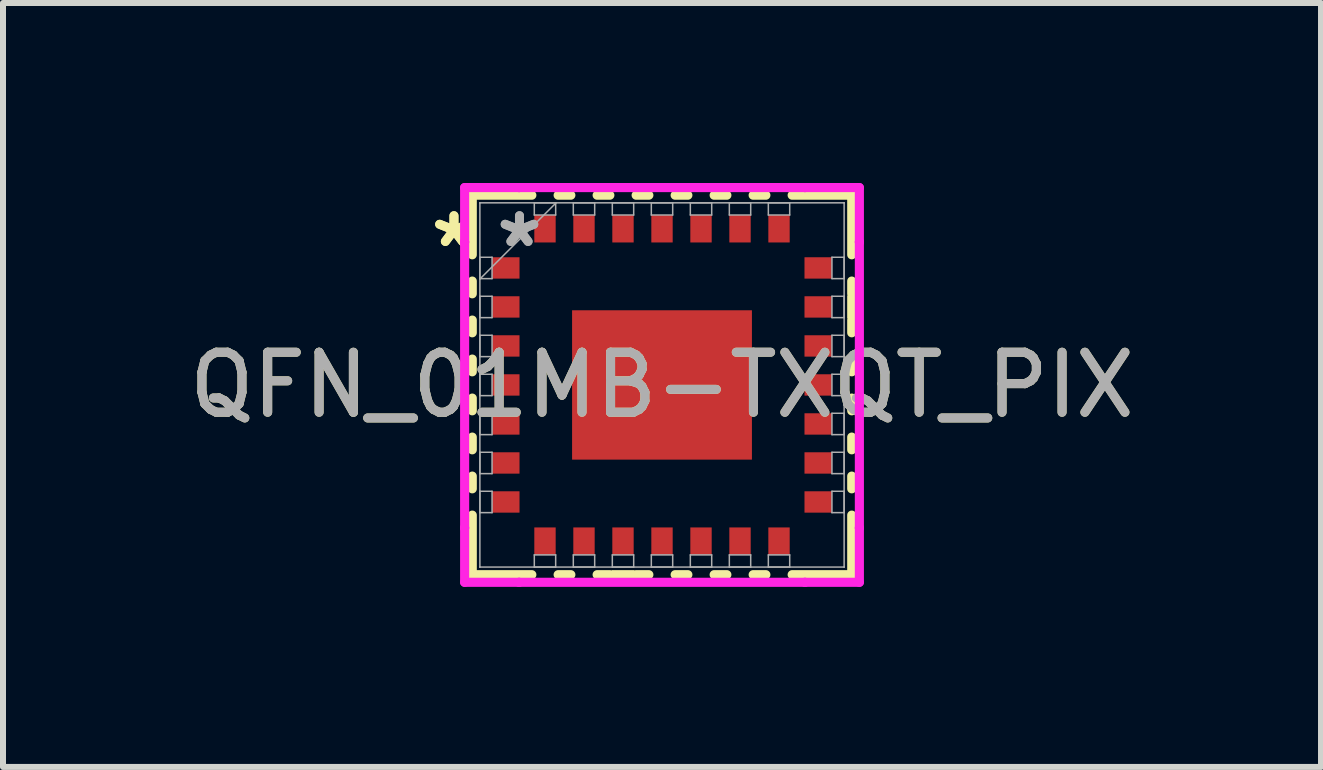
<source format=kicad_pcb>
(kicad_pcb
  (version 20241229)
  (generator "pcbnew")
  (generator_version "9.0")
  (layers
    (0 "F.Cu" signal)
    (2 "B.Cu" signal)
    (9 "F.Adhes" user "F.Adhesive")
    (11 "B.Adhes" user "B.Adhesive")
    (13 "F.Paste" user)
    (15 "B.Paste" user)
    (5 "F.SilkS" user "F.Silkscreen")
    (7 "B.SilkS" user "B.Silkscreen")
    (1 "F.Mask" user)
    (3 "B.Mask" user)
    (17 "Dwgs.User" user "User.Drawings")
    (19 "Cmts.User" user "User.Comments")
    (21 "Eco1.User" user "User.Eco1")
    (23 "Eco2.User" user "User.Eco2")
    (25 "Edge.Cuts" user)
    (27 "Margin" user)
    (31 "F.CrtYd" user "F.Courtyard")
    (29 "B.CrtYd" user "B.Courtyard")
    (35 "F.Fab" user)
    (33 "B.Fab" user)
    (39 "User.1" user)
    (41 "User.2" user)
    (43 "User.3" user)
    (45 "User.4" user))
  (footprint "QFN_01MB-TXQT_PIX"
    (layer "F.Cu")
    (at 7.982 3.365)
    (property "Reference" "QFN_01MB-TXQT_PIX" (at 0 0 0) (unlocked yes) (layer "F.SilkS") (effects (font (size 1 1) (thickness 0.15))))
    (attr smd)
    (fp_line (start -3.162 -3.162) (end -3.162 -2.169) (stroke (width 0.152) (type solid)) (layer "F.SilkS"))
    (fp_line (start -3.162 -1.731) (end -3.162 -1.519) (stroke (width 0.152) (type solid)) (layer "F.SilkS"))
    (fp_line (start -3.162 -1.081) (end -3.162 -0.869) (stroke (width 0.152) (type solid)) (layer "F.SilkS"))
    (fp_line (start -3.162 -0.431) (end -3.162 -0.219) (stroke (width 0.152) (type solid)) (layer "F.SilkS"))
    (fp_line (start -3.162 0.219) (end -3.162 0.431) (stroke (width 0.152) (type solid)) (layer "F.SilkS"))
    (fp_line (start -3.162 0.869) (end -3.162 1.081) (stroke (width 0.152) (type solid)) (layer "F.SilkS"))
    (fp_line (start -3.162 1.519) (end -3.162 1.731) (stroke (width 0.152) (type solid)) (layer "F.SilkS"))
    (fp_line (start -3.162 2.169) (end -3.162 3.162) (stroke (width 0.152) (type solid)) (layer "F.SilkS"))
    (fp_line (start -3.162 3.162) (end -2.169 3.162) (stroke (width 0.152) (type solid)) (layer "F.SilkS"))
    (fp_line (start -2.169 -3.162) (end -3.162 -3.162) (stroke (width 0.152) (type solid)) (layer "F.SilkS"))
    (fp_line (start -1.731 3.162) (end -1.519 3.162) (stroke (width 0.152) (type solid)) (layer "F.SilkS"))
    (fp_line (start -1.519 -3.162) (end -1.731 -3.162) (stroke (width 0.152) (type solid)) (layer "F.SilkS"))
    (fp_line (start -1.081 3.162) (end -0.869 3.162) (stroke (width 0.152) (type solid)) (layer "F.SilkS"))
    (fp_line (start -0.869 -3.162) (end -1.081 -3.162) (stroke (width 0.152) (type solid)) (layer "F.SilkS"))
    (fp_line (start -0.431 3.162) (end -0.219 3.162) (stroke (width 0.152) (type solid)) (layer "F.SilkS"))
    (fp_line (start -0.219 -3.162) (end -0.431 -3.162) (stroke (width 0.152) (type solid)) (layer "F.SilkS"))
    (fp_line (start 0.219 3.162) (end 0.431 3.162) (stroke (width 0.152) (type solid)) (layer "F.SilkS"))
    (fp_line (start 0.431 -3.162) (end 0.219 -3.162) (stroke (width 0.152) (type solid)) (layer "F.SilkS"))
    (fp_line (start 0.869 3.162) (end 1.081 3.162) (stroke (width 0.152) (type solid)) (layer "F.SilkS"))
    (fp_line (start 1.081 -3.162) (end 0.869 -3.162) (stroke (width 0.152) (type solid)) (layer "F.SilkS"))
    (fp_line (start 1.519 3.162) (end 1.731 3.162) (stroke (width 0.152) (type solid)) (layer "F.SilkS"))
    (fp_line (start 1.731 -3.162) (end 1.519 -3.162) (stroke (width 0.152) (type solid)) (layer "F.SilkS"))
    (fp_line (start 2.169 3.162) (end 3.162 3.162) (stroke (width 0.152) (type solid)) (layer "F.SilkS"))
    (fp_line (start 3.162 -3.162) (end 2.169 -3.162) (stroke (width 0.152) (type solid)) (layer "F.SilkS"))
    (fp_line (start 3.162 -2.169) (end 3.162 -3.162) (stroke (width 0.152) (type solid)) (layer "F.SilkS"))
    (fp_line (start 3.162 -1.519) (end 3.162 -1.731) (stroke (width 0.152) (type solid)) (layer "F.SilkS"))
    (fp_line (start 3.162 -0.869) (end 3.162 -1.081) (stroke (width 0.152) (type solid)) (layer "F.SilkS"))
    (fp_line (start 3.162 -0.219) (end 3.162 -0.431) (stroke (width 0.152) (type solid)) (layer "F.SilkS"))
    (fp_line (start 3.162 0.431) (end 3.162 0.219) (stroke (width 0.152) (type solid)) (layer "F.SilkS"))
    (fp_line (start 3.162 1.081) (end 3.162 0.869) (stroke (width 0.152) (type solid)) (layer "F.SilkS"))
    (fp_line (start 3.162 1.731) (end 3.162 1.519) (stroke (width 0.152) (type solid)) (layer "F.SilkS"))
    (fp_line (start 3.162 3.162) (end 3.162 2.169) (stroke (width 0.152) (type solid)) (layer "F.SilkS"))
    (fp_poly (pts (xy -0.84 3.086) (xy -0.84 3.34) (xy -0.459 3.34) (xy -0.459 3.086)) (stroke (width 0) (type solid)) (fill yes) (layer "F.SilkS"))
    (fp_poly (pts (xy 3.34 -1.49) (xy 3.34 -1.109) (xy 3.086 -1.109) (xy 3.086 -1.49)) (stroke (width 0) (type solid)) (fill yes) (layer "F.SilkS"))
    (fp_line (start -3.289 -3.289) (end -2.382 -3.289) (stroke (width 0.152) (type solid)) (layer "F.CrtYd"))
    (fp_line (start -3.289 -2.382) (end -3.289 -3.289) (stroke (width 0.152) (type solid)) (layer "F.CrtYd"))
    (fp_line (start -3.289 -2.382) (end -3.289 -2.382) (stroke (width 0.152) (type solid)) (layer "F.CrtYd"))
    (fp_line (start -3.289 2.382) (end -3.289 -2.382) (stroke (width 0.152) (type solid)) (layer "F.CrtYd"))
    (fp_line (start -3.289 2.382) (end -3.289 2.382) (stroke (width 0.152) (type solid)) (layer "F.CrtYd"))
    (fp_line (start -3.289 3.289) (end -3.289 2.382) (stroke (width 0.152) (type solid)) (layer "F.CrtYd"))
    (fp_line (start -2.382 -3.289) (end -2.382 -3.289) (stroke (width 0.152) (type solid)) (layer "F.CrtYd"))
    (fp_line (start -2.382 -3.289) (end 2.382 -3.289) (stroke (width 0.152) (type solid)) (layer "F.CrtYd"))
    (fp_line (start -2.382 3.289) (end -3.289 3.289) (stroke (width 0.152) (type solid)) (layer "F.CrtYd"))
    (fp_line (start -2.382 3.289) (end -2.382 3.289) (stroke (width 0.152) (type solid)) (layer "F.CrtYd"))
    (fp_line (start 2.382 -3.289) (end 2.382 -3.289) (stroke (width 0.152) (type solid)) (layer "F.CrtYd"))
    (fp_line (start 2.382 -3.289) (end 3.289 -3.289) (stroke (width 0.152) (type solid)) (layer "F.CrtYd"))
    (fp_line (start 2.382 3.289) (end -2.382 3.289) (stroke (width 0.152) (type solid)) (layer "F.CrtYd"))
    (fp_line (start 2.382 3.289) (end 2.382 3.289) (stroke (width 0.152) (type solid)) (layer "F.CrtYd"))
    (fp_line (start 3.289 -3.289) (end 3.289 -2.382) (stroke (width 0.152) (type solid)) (layer "F.CrtYd"))
    (fp_line (start 3.289 -2.382) (end 3.289 -2.382) (stroke (width 0.152) (type solid)) (layer "F.CrtYd"))
    (fp_line (start 3.289 -2.382) (end 3.289 2.382) (stroke (width 0.152) (type solid)) (layer "F.CrtYd"))
    (fp_line (start 3.289 2.382) (end 3.289 2.382) (stroke (width 0.152) (type solid)) (layer "F.CrtYd"))
    (fp_line (start 3.289 2.382) (end 3.289 3.289) (stroke (width 0.152) (type solid)) (layer "F.CrtYd"))
    (fp_line (start 3.289 3.289) (end 2.382 3.289) (stroke (width 0.152) (type solid)) (layer "F.CrtYd"))
    (fp_line (start -3.035 -3.035) (end -3.035 -3.035) (stroke (width 0.025) (type solid)) (layer "F.Fab"))
    (fp_line (start -3.035 -3.035) (end -3.035 3.035) (stroke (width 0.025) (type solid)) (layer "F.Fab"))
    (fp_line (start -3.035 -2.128) (end -2.832 -2.128) (stroke (width 0.025) (type solid)) (layer "F.Fab"))
    (fp_line (start -3.035 -1.772) (end -3.035 -2.128) (stroke (width 0.025) (type solid)) (layer "F.Fab"))
    (fp_line (start -3.035 -1.765) (end -1.765 -3.035) (stroke (width 0.025) (type solid)) (layer "F.Fab"))
    (fp_line (start -3.035 -1.478) (end -2.832 -1.478) (stroke (width 0.025) (type solid)) (layer "F.Fab"))
    (fp_line (start -3.035 -1.122) (end -3.035 -1.478) (stroke (width 0.025) (type solid)) (layer "F.Fab"))
    (fp_line (start -3.035 -0.828) (end -2.832 -0.828) (stroke (width 0.025) (type solid)) (layer "F.Fab"))
    (fp_line (start -3.035 -0.472) (end -3.035 -0.828) (stroke (width 0.025) (type solid)) (layer "F.Fab"))
    (fp_line (start -3.035 -0.178) (end -2.832 -0.178) (stroke (width 0.025) (type solid)) (layer "F.Fab"))
    (fp_line (start -3.035 0.178) (end -3.035 -0.178) (stroke (width 0.025) (type solid)) (layer "F.Fab"))
    (fp_line (start -3.035 0.472) (end -2.832 0.472) (stroke (width 0.025) (type solid)) (layer "F.Fab"))
    (fp_line (start -3.035 0.828) (end -3.035 0.472) (stroke (width 0.025) (type solid)) (layer "F.Fab"))
    (fp_line (start -3.035 1.122) (end -2.832 1.122) (stroke (width 0.025) (type solid)) (layer "F.Fab"))
    (fp_line (start -3.035 1.478) (end -3.035 1.122) (stroke (width 0.025) (type solid)) (layer "F.Fab"))
    (fp_line (start -3.035 1.772) (end -2.832 1.772) (stroke (width 0.025) (type solid)) (layer "F.Fab"))
    (fp_line (start -3.035 2.128) (end -3.035 1.772) (stroke (width 0.025) (type solid)) (layer "F.Fab"))
    (fp_line (start -3.035 3.035) (end -3.035 3.035) (stroke (width 0.025) (type solid)) (layer "F.Fab"))
    (fp_line (start -3.035 3.035) (end 3.035 3.035) (stroke (width 0.025) (type solid)) (layer "F.Fab"))
    (fp_line (start -2.832 -2.128) (end -2.832 -1.772) (stroke (width 0.025) (type solid)) (layer "F.Fab"))
    (fp_line (start -2.832 -1.772) (end -3.035 -1.772) (stroke (width 0.025) (type solid)) (layer "F.Fab"))
    (fp_line (start -2.832 -1.478) (end -2.832 -1.122) (stroke (width 0.025) (type solid)) (layer "F.Fab"))
    (fp_line (start -2.832 -1.122) (end -3.035 -1.122) (stroke (width 0.025) (type solid)) (layer "F.Fab"))
    (fp_line (start -2.832 -0.828) (end -2.832 -0.472) (stroke (width 0.025) (type solid)) (layer "F.Fab"))
    (fp_line (start -2.832 -0.472) (end -3.035 -0.472) (stroke (width 0.025) (type solid)) (layer "F.Fab"))
    (fp_line (start -2.832 -0.178) (end -2.832 0.178) (stroke (width 0.025) (type solid)) (layer "F.Fab"))
    (fp_line (start -2.832 0.178) (end -3.035 0.178) (stroke (width 0.025) (type solid)) (layer "F.Fab"))
    (fp_line (start -2.832 0.472) (end -2.832 0.828) (stroke (width 0.025) (type solid)) (layer "F.Fab"))
    (fp_line (start -2.832 0.828) (end -3.035 0.828) (stroke (width 0.025) (type solid)) (layer "F.Fab"))
    (fp_line (start -2.832 1.122) (end -2.832 1.478) (stroke (width 0.025) (type solid)) (layer "F.Fab"))
    (fp_line (start -2.832 1.478) (end -3.035 1.478) (stroke (width 0.025) (type solid)) (layer "F.Fab"))
    (fp_line (start -2.832 1.772) (end -2.832 2.128) (stroke (width 0.025) (type solid)) (layer "F.Fab"))
    (fp_line (start -2.832 2.128) (end -3.035 2.128) (stroke (width 0.025) (type solid)) (layer "F.Fab"))
    (fp_line (start -2.128 -3.035) (end -1.772 -3.035) (stroke (width 0.025) (type solid)) (layer "F.Fab"))
    (fp_line (start -2.128 -2.832) (end -2.128 -3.035) (stroke (width 0.025) (type solid)) (layer "F.Fab"))
    (fp_line (start -2.128 2.832) (end -1.772 2.832) (stroke (width 0.025) (type solid)) (layer "F.Fab"))
    (fp_line (start -2.128 3.035) (end -2.128 2.832) (stroke (width 0.025) (type solid)) (layer "F.Fab"))
    (fp_line (start -1.772 -3.035) (end -1.772 -2.832) (stroke (width 0.025) (type solid)) (layer "F.Fab"))
    (fp_line (start -1.772 -2.832) (end -2.128 -2.832) (stroke (width 0.025) (type solid)) (layer "F.Fab"))
    (fp_line (start -1.772 2.832) (end -1.772 3.035) (stroke (width 0.025) (type solid)) (layer "F.Fab"))
    (fp_line (start -1.772 3.035) (end -2.128 3.035) (stroke (width 0.025) (type solid)) (layer "F.Fab"))
    (fp_line (start -1.478 -3.035) (end -1.122 -3.035) (stroke (width 0.025) (type solid)) (layer "F.Fab"))
    (fp_line (start -1.478 -2.832) (end -1.478 -3.035) (stroke (width 0.025) (type solid)) (layer "F.Fab"))
    (fp_line (start -1.478 2.832) (end -1.122 2.832) (stroke (width 0.025) (type solid)) (layer "F.Fab"))
    (fp_line (start -1.478 3.035) (end -1.478 2.832) (stroke (width 0.025) (type solid)) (layer "F.Fab"))
    (fp_line (start -1.122 -3.035) (end -1.122 -2.832) (stroke (width 0.025) (type solid)) (layer "F.Fab"))
    (fp_line (start -1.122 -2.832) (end -1.478 -2.832) (stroke (width 0.025) (type solid)) (layer "F.Fab"))
    (fp_line (start -1.122 2.832) (end -1.122 3.035) (stroke (width 0.025) (type solid)) (layer "F.Fab"))
    (fp_line (start -1.122 3.035) (end -1.478 3.035) (stroke (width 0.025) (type solid)) (layer "F.Fab"))
    (fp_line (start -0.828 -3.035) (end -0.472 -3.035) (stroke (width 0.025) (type solid)) (layer "F.Fab"))
    (fp_line (start -0.828 -2.832) (end -0.828 -3.035) (stroke (width 0.025) (type solid)) (layer "F.Fab"))
    (fp_line (start -0.828 2.832) (end -0.472 2.832) (stroke (width 0.025) (type solid)) (layer "F.Fab"))
    (fp_line (start -0.828 3.035) (end -0.828 2.832) (stroke (width 0.025) (type solid)) (layer "F.Fab"))
    (fp_line (start -0.472 -3.035) (end -0.472 -2.832) (stroke (width 0.025) (type solid)) (layer "F.Fab"))
    (fp_line (start -0.472 -2.832) (end -0.828 -2.832) (stroke (width 0.025) (type solid)) (layer "F.Fab"))
    (fp_line (start -0.472 2.832) (end -0.472 3.035) (stroke (width 0.025) (type solid)) (layer "F.Fab"))
    (fp_line (start -0.472 3.035) (end -0.828 3.035) (stroke (width 0.025) (type solid)) (layer "F.Fab"))
    (fp_line (start -0.178 -3.035) (end 0.178 -3.035) (stroke (width 0.025) (type solid)) (layer "F.Fab"))
    (fp_line (start -0.178 -2.832) (end -0.178 -3.035) (stroke (width 0.025) (type solid)) (layer "F.Fab"))
    (fp_line (start -0.178 2.832) (end 0.178 2.832) (stroke (width 0.025) (type solid)) (layer "F.Fab"))
    (fp_line (start -0.178 3.035) (end -0.178 2.832) (stroke (width 0.025) (type solid)) (layer "F.Fab"))
    (fp_line (start 0.178 -3.035) (end 0.178 -2.832) (stroke (width 0.025) (type solid)) (layer "F.Fab"))
    (fp_line (start 0.178 -2.832) (end -0.178 -2.832) (stroke (width 0.025) (type solid)) (layer "F.Fab"))
    (fp_line (start 0.178 2.832) (end 0.178 3.035) (stroke (width 0.025) (type solid)) (layer "F.Fab"))
    (fp_line (start 0.178 3.035) (end -0.178 3.035) (stroke (width 0.025) (type solid)) (layer "F.Fab"))
    (fp_line (start 0.472 -3.035) (end 0.828 -3.035) (stroke (width 0.025) (type solid)) (layer "F.Fab"))
    (fp_line (start 0.472 -2.832) (end 0.472 -3.035) (stroke (width 0.025) (type solid)) (layer "F.Fab"))
    (fp_line (start 0.472 2.832) (end 0.828 2.832) (stroke (width 0.025) (type solid)) (layer "F.Fab"))
    (fp_line (start 0.472 3.035) (end 0.472 2.832) (stroke (width 0.025) (type solid)) (layer "F.Fab"))
    (fp_line (start 0.828 -3.035) (end 0.828 -2.832) (stroke (width 0.025) (type solid)) (layer "F.Fab"))
    (fp_line (start 0.828 -2.832) (end 0.472 -2.832) (stroke (width 0.025) (type solid)) (layer "F.Fab"))
    (fp_line (start 0.828 2.832) (end 0.828 3.035) (stroke (width 0.025) (type solid)) (layer "F.Fab"))
    (fp_line (start 0.828 3.035) (end 0.472 3.035) (stroke (width 0.025) (type solid)) (layer "F.Fab"))
    (fp_line (start 1.122 -3.035) (end 1.478 -3.035) (stroke (width 0.025) (type solid)) (layer "F.Fab"))
    (fp_line (start 1.122 -2.832) (end 1.122 -3.035) (stroke (width 0.025) (type solid)) (layer "F.Fab"))
    (fp_line (start 1.122 2.832) (end 1.478 2.832) (stroke (width 0.025) (type solid)) (layer "F.Fab"))
    (fp_line (start 1.122 3.035) (end 1.122 2.832) (stroke (width 0.025) (type solid)) (layer "F.Fab"))
    (fp_line (start 1.478 -3.035) (end 1.478 -2.832) (stroke (width 0.025) (type solid)) (layer "F.Fab"))
    (fp_line (start 1.478 -2.832) (end 1.122 -2.832) (stroke (width 0.025) (type solid)) (layer "F.Fab"))
    (fp_line (start 1.478 2.832) (end 1.478 3.035) (stroke (width 0.025) (type solid)) (layer "F.Fab"))
    (fp_line (start 1.478 3.035) (end 1.122 3.035) (stroke (width 0.025) (type solid)) (layer "F.Fab"))
    (fp_line (start 1.772 -3.035) (end 2.128 -3.035) (stroke (width 0.025) (type solid)) (layer "F.Fab"))
    (fp_line (start 1.772 -2.832) (end 1.772 -3.035) (stroke (width 0.025) (type solid)) (layer "F.Fab"))
    (fp_line (start 1.772 2.832) (end 2.128 2.832) (stroke (width 0.025) (type solid)) (layer "F.Fab"))
    (fp_line (start 1.772 3.035) (end 1.772 2.832) (stroke (width 0.025) (type solid)) (layer "F.Fab"))
    (fp_line (start 2.128 -3.035) (end 2.128 -2.832) (stroke (width 0.025) (type solid)) (layer "F.Fab"))
    (fp_line (start 2.128 -2.832) (end 1.772 -2.832) (stroke (width 0.025) (type solid)) (layer "F.Fab"))
    (fp_line (start 2.128 2.832) (end 2.128 3.035) (stroke (width 0.025) (type solid)) (layer "F.Fab"))
    (fp_line (start 2.128 3.035) (end 1.772 3.035) (stroke (width 0.025) (type solid)) (layer "F.Fab"))
    (fp_line (start 2.832 -2.128) (end 3.035 -2.128) (stroke (width 0.025) (type solid)) (layer "F.Fab"))
    (fp_line (start 2.832 -1.772) (end 2.832 -2.128) (stroke (width 0.025) (type solid)) (layer "F.Fab"))
    (fp_line (start 2.832 -1.478) (end 3.035 -1.478) (stroke (width 0.025) (type solid)) (layer "F.Fab"))
    (fp_line (start 2.832 -1.122) (end 2.832 -1.478) (stroke (width 0.025) (type solid)) (layer "F.Fab"))
    (fp_line (start 2.832 -0.828) (end 3.035 -0.828) (stroke (width 0.025) (type solid)) (layer "F.Fab"))
    (fp_line (start 2.832 -0.472) (end 2.832 -0.828) (stroke (width 0.025) (type solid)) (layer "F.Fab"))
    (fp_line (start 2.832 -0.178) (end 3.035 -0.178) (stroke (width 0.025) (type solid)) (layer "F.Fab"))
    (fp_line (start 2.832 0.178) (end 2.832 -0.178) (stroke (width 0.025) (type solid)) (layer "F.Fab"))
    (fp_line (start 2.832 0.472) (end 3.035 0.472) (stroke (width 0.025) (type solid)) (layer "F.Fab"))
    (fp_line (start 2.832 0.828) (end 2.832 0.472) (stroke (width 0.025) (type solid)) (layer "F.Fab"))
    (fp_line (start 2.832 1.122) (end 3.035 1.122) (stroke (width 0.025) (type solid)) (layer "F.Fab"))
    (fp_line (start 2.832 1.478) (end 2.832 1.122) (stroke (width 0.025) (type solid)) (layer "F.Fab"))
    (fp_line (start 2.832 1.772) (end 3.035 1.772) (stroke (width 0.025) (type solid)) (layer "F.Fab"))
    (fp_line (start 2.832 2.128) (end 2.832 1.772) (stroke (width 0.025) (type solid)) (layer "F.Fab"))
    (fp_line (start 3.035 -3.035) (end -3.035 -3.035) (stroke (width 0.025) (type solid)) (layer "F.Fab"))
    (fp_line (start 3.035 -3.035) (end 3.035 -3.035) (stroke (width 0.025) (type solid)) (layer "F.Fab"))
    (fp_line (start 3.035 -2.128) (end 3.035 -1.772) (stroke (width 0.025) (type solid)) (layer "F.Fab"))
    (fp_line (start 3.035 -1.772) (end 2.832 -1.772) (stroke (width 0.025) (type solid)) (layer "F.Fab"))
    (fp_line (start 3.035 -1.478) (end 3.035 -1.122) (stroke (width 0.025) (type solid)) (layer "F.Fab"))
    (fp_line (start 3.035 -1.122) (end 2.832 -1.122) (stroke (width 0.025) (type solid)) (layer "F.Fab"))
    (fp_line (start 3.035 -0.828) (end 3.035 -0.472) (stroke (width 0.025) (type solid)) (layer "F.Fab"))
    (fp_line (start 3.035 -0.472) (end 2.832 -0.472) (stroke (width 0.025) (type solid)) (layer "F.Fab"))
    (fp_line (start 3.035 -0.178) (end 3.035 0.178) (stroke (width 0.025) (type solid)) (layer "F.Fab"))
    (fp_line (start 3.035 0.178) (end 2.832 0.178) (stroke (width 0.025) (type solid)) (layer "F.Fab"))
    (fp_line (start 3.035 0.472) (end 3.035 0.828) (stroke (width 0.025) (type solid)) (layer "F.Fab"))
    (fp_line (start 3.035 0.828) (end 2.832 0.828) (stroke (width 0.025) (type solid)) (layer "F.Fab"))
    (fp_line (start 3.035 1.122) (end 3.035 1.478) (stroke (width 0.025) (type solid)) (layer "F.Fab"))
    (fp_line (start 3.035 1.478) (end 2.832 1.478) (stroke (width 0.025) (type solid)) (layer "F.Fab"))
    (fp_line (start 3.035 1.772) (end 3.035 2.128) (stroke (width 0.025) (type solid)) (layer "F.Fab"))
    (fp_line (start 3.035 2.128) (end 2.832 2.128) (stroke (width 0.025) (type solid)) (layer "F.Fab"))
    (fp_line (start 3.035 3.035) (end 3.035 -3.035) (stroke (width 0.025) (type solid)) (layer "F.Fab"))
    (fp_line (start 3.035 3.035) (end 3.035 3.035) (stroke (width 0.025) (type solid)) (layer "F.Fab"))
    (fp_text user "*" (at -3.467 -2.275 0) (unlocked yes) (layer "F.SilkS") (effects (font (size 1 1) (thickness 0.15))))
    (fp_text user "*" (at -3.467 -2.275 0) (layer "F.SilkS") (effects (font (size 1 1) (thickness 0.15))))
    (fp_text user "${REFERENCE}" (at 0 0 0) (unlocked yes) (layer "F.Fab") (effects (font (size 1 1) (thickness 0.15))))
    (fp_text user "*" (at -2.375 -2.275 0) (layer "F.Fab") (effects (font (size 1 1) (thickness 0.15))))
    (fp_text user "*" (at -2.375 -2.275 0) (unlocked yes) (layer "F.Fab") (effects (font (size 1 1) (thickness 0.15))))
    (pad "1" smd rect (at -2.603 -1.95 90) (size 0.356 0.457) (layers "F.Cu" "F.Mask" "F.Paste"))
    (pad "2" smd rect (at -2.603 -1.3 90) (size 0.356 0.457) (layers "F.Cu" "F.Mask" "F.Paste"))
    (pad "3" smd rect (at -2.603 -0.65 90) (size 0.356 0.457) (layers "F.Cu" "F.Mask" "F.Paste"))
    (pad "4" smd rect (at -2.603 0 90) (size 0.356 0.457) (layers "F.Cu" "F.Mask" "F.Paste"))
    (pad "5" smd rect (at -2.603 0.65 90) (size 0.356 0.457) (layers "F.Cu" "F.Mask" "F.Paste"))
    (pad "6" smd rect (at -2.603 1.3 90) (size 0.356 0.457) (layers "F.Cu" "F.Mask" "F.Paste"))
    (pad "7" smd rect (at -2.603 1.95 90) (size 0.356 0.457) (layers "F.Cu" "F.Mask" "F.Paste"))
    (pad "8" smd rect (at -1.95 2.603) (size 0.356 0.457) (layers "F.Cu" "F.Mask" "F.Paste"))
    (pad "9" smd rect (at -1.3 2.603) (size 0.356 0.457) (layers "F.Cu" "F.Mask" "F.Paste"))
    (pad "10" smd rect (at -0.65 2.603) (size 0.356 0.457) (layers "F.Cu" "F.Mask" "F.Paste"))
    (pad "11" smd rect (at 0 2.603) (size 0.356 0.457) (layers "F.Cu" "F.Mask" "F.Paste"))
    (pad "12" smd rect (at 0.65 2.603) (size 0.356 0.457) (layers "F.Cu" "F.Mask" "F.Paste"))
    (pad "13" smd rect (at 1.3 2.603) (size 0.356 0.457) (layers "F.Cu" "F.Mask" "F.Paste"))
    (pad "14" smd rect (at 1.95 2.603) (size 0.356 0.457) (layers "F.Cu" "F.Mask" "F.Paste"))
    (pad "15" smd rect (at 2.603 1.95 90) (size 0.356 0.457) (layers "F.Cu" "F.Mask" "F.Paste"))
    (pad "16" smd rect (at 2.603 1.3 90) (size 0.356 0.457) (layers "F.Cu" "F.Mask" "F.Paste"))
    (pad "17" smd rect (at 2.603 0.65 90) (size 0.356 0.457) (layers "F.Cu" "F.Mask" "F.Paste"))
    (pad "18" smd rect (at 2.603 0 90) (size 0.356 0.457) (layers "F.Cu" "F.Mask" "F.Paste"))
    (pad "19" smd rect (at 2.603 -0.65 90) (size 0.356 0.457) (layers "F.Cu" "F.Mask" "F.Paste"))
    (pad "20" smd rect (at 2.603 -1.3 90) (size 0.356 0.457) (layers "F.Cu" "F.Mask" "F.Paste"))
    (pad "21" smd rect (at 2.603 -1.95 90) (size 0.356 0.457) (layers "F.Cu" "F.Mask" "F.Paste"))
    (pad "22" smd rect (at 1.95 -2.603) (size 0.356 0.457) (layers "F.Cu" "F.Mask" "F.Paste"))
    (pad "23" smd rect (at 1.3 -2.603) (size 0.356 0.457) (layers "F.Cu" "F.Mask" "F.Paste"))
    (pad "24" smd rect (at 0.65 -2.603) (size 0.356 0.457) (layers "F.Cu" "F.Mask" "F.Paste"))
    (pad "25" smd rect (at 0 -2.603) (size 0.356 0.457) (layers "F.Cu" "F.Mask" "F.Paste"))
    (pad "26" smd rect (at -0.65 -2.603) (size 0.356 0.457) (layers "F.Cu" "F.Mask" "F.Paste"))
    (pad "27" smd rect (at -1.3 -2.603) (size 0.356 0.457) (layers "F.Cu" "F.Mask" "F.Paste"))
    (pad "28" smd rect (at -1.95 -2.603) (size 0.356 0.457) (layers "F.Cu" "F.Mask" "F.Paste"))
    (pad "29" smd rect (at 0 0) (size 2.997 2.489) (layers "F.Cu" "F.Mask" "F.Paste")))
  (gr_rect
    (start -3 -3)
    (end 18.964 9.731)
    (stroke (width 0.1) (type default))
    (fill no)
    (layer "Edge.Cuts")))
</source>
